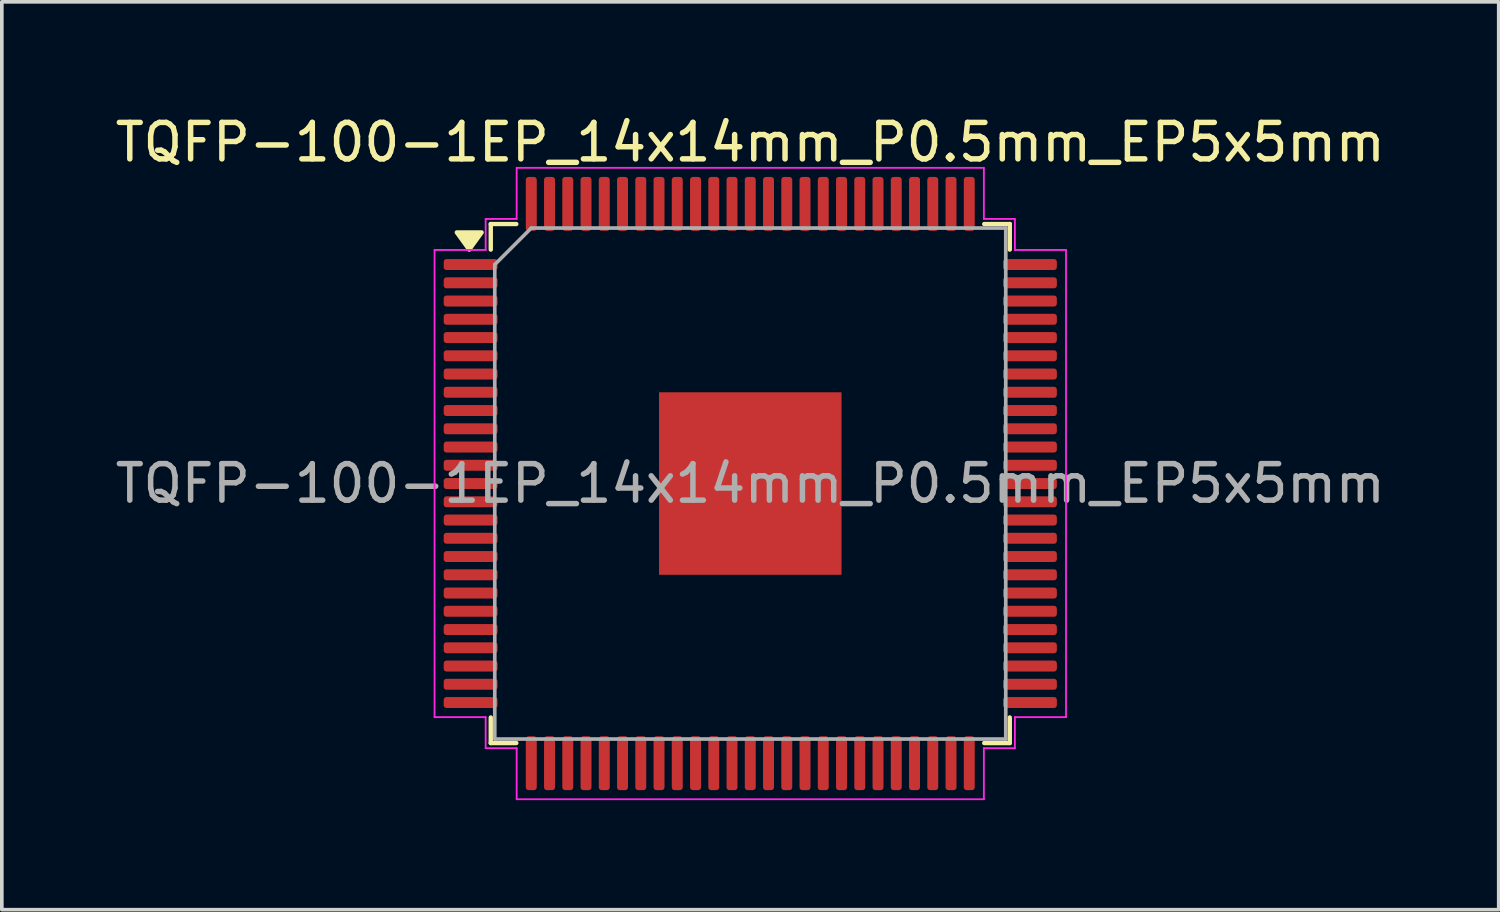
<source format=kicad_pcb>
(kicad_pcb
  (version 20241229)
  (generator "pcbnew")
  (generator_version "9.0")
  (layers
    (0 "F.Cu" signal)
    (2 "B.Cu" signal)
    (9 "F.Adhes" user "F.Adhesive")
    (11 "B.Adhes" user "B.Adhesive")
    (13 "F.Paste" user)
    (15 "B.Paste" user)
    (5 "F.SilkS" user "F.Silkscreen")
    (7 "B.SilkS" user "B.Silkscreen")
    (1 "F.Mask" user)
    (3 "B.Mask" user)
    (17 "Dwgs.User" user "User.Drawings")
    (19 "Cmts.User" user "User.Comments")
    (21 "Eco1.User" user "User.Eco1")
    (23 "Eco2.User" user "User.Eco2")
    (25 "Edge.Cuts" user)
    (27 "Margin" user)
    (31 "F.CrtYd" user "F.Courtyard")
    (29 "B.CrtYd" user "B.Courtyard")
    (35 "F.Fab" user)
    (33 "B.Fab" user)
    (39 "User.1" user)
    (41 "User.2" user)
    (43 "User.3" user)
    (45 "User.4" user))
  (footprint "TQFP-100-1EP_14x14mm_P0.5mm_EP5x5mm"
    (layer "F.Cu")
    (at 17.506 10.198)
    (property "Reference" "TQFP-100-1EP_14x14mm_P0.5mm_EP5x5mm" (at 0 -9.35 0) (layer "F.SilkS") (effects (font (size 1 1) (thickness 0.15))))
    (attr smd)
    (fp_line (start -7.11 -7.11) (end -7.11 -6.41) (stroke (width 0.12) (type solid)) (layer "F.SilkS"))
    (fp_line (start -7.11 7.11) (end -7.11 6.41) (stroke (width 0.12) (type solid)) (layer "F.SilkS"))
    (fp_line (start -6.41 -7.11) (end -7.11 -7.11) (stroke (width 0.12) (type solid)) (layer "F.SilkS"))
    (fp_line (start -6.41 7.11) (end -7.11 7.11) (stroke (width 0.12) (type solid)) (layer "F.SilkS"))
    (fp_line (start 6.41 -7.11) (end 7.11 -7.11) (stroke (width 0.12) (type solid)) (layer "F.SilkS"))
    (fp_line (start 6.41 7.11) (end 7.11 7.11) (stroke (width 0.12) (type solid)) (layer "F.SilkS"))
    (fp_line (start 7.11 -7.11) (end 7.11 -6.41) (stroke (width 0.12) (type solid)) (layer "F.SilkS"))
    (fp_line (start 7.11 7.11) (end 7.11 6.41) (stroke (width 0.12) (type solid)) (layer "F.SilkS"))
    (fp_poly (pts (xy -7.7 -6.41) (xy -8.04 -6.88) (xy -7.36 -6.88)) (stroke (width 0.12) (type solid)) (fill yes) (layer "F.SilkS"))
    (fp_line (start -8.65 -6.4) (end -7.25 -6.4) (stroke (width 0.05) (type solid)) (layer "F.CrtYd"))
    (fp_line (start -8.65 6.4) (end -8.65 -6.4) (stroke (width 0.05) (type solid)) (layer "F.CrtYd"))
    (fp_line (start -7.25 -7.25) (end -6.4 -7.25) (stroke (width 0.05) (type solid)) (layer "F.CrtYd"))
    (fp_line (start -7.25 -6.4) (end -7.25 -7.25) (stroke (width 0.05) (type solid)) (layer "F.CrtYd"))
    (fp_line (start -7.25 6.4) (end -8.65 6.4) (stroke (width 0.05) (type solid)) (layer "F.CrtYd"))
    (fp_line (start -7.25 7.25) (end -7.25 6.4) (stroke (width 0.05) (type solid)) (layer "F.CrtYd"))
    (fp_line (start -6.4 -8.65) (end 6.4 -8.65) (stroke (width 0.05) (type solid)) (layer "F.CrtYd"))
    (fp_line (start -6.4 -7.25) (end -6.4 -8.65) (stroke (width 0.05) (type solid)) (layer "F.CrtYd"))
    (fp_line (start -6.4 7.25) (end -7.25 7.25) (stroke (width 0.05) (type solid)) (layer "F.CrtYd"))
    (fp_line (start -6.4 8.65) (end -6.4 7.25) (stroke (width 0.05) (type solid)) (layer "F.CrtYd"))
    (fp_line (start 6.4 -8.65) (end 6.4 -7.25) (stroke (width 0.05) (type solid)) (layer "F.CrtYd"))
    (fp_line (start 6.4 -7.25) (end 7.25 -7.25) (stroke (width 0.05) (type solid)) (layer "F.CrtYd"))
    (fp_line (start 6.4 7.25) (end 6.4 8.65) (stroke (width 0.05) (type solid)) (layer "F.CrtYd"))
    (fp_line (start 6.4 8.65) (end -6.4 8.65) (stroke (width 0.05) (type solid)) (layer "F.CrtYd"))
    (fp_line (start 7.25 -7.25) (end 7.25 -6.4) (stroke (width 0.05) (type solid)) (layer "F.CrtYd"))
    (fp_line (start 7.25 -6.4) (end 8.65 -6.4) (stroke (width 0.05) (type solid)) (layer "F.CrtYd"))
    (fp_line (start 7.25 6.4) (end 7.25 7.25) (stroke (width 0.05) (type solid)) (layer "F.CrtYd"))
    (fp_line (start 7.25 7.25) (end 6.4 7.25) (stroke (width 0.05) (type solid)) (layer "F.CrtYd"))
    (fp_line (start 8.65 -6.4) (end 8.65 6.4) (stroke (width 0.05) (type solid)) (layer "F.CrtYd"))
    (fp_line (start 8.65 6.4) (end 7.25 6.4) (stroke (width 0.05) (type solid)) (layer "F.CrtYd"))
    (fp_line (start -7 -6) (end -6 -7) (stroke (width 0.1) (type solid)) (layer "F.Fab"))
    (fp_line (start -7 7) (end -7 -6) (stroke (width 0.1) (type solid)) (layer "F.Fab"))
    (fp_line (start -6 -7) (end 7 -7) (stroke (width 0.1) (type solid)) (layer "F.Fab"))
    (fp_line (start 7 -7) (end 7 7) (stroke (width 0.1) (type solid)) (layer "F.Fab"))
    (fp_line (start 7 7) (end -7 7) (stroke (width 0.1) (type solid)) (layer "F.Fab"))
    (fp_text user "${REFERENCE}" (at 0 0 0) (layer "F.Fab") (effects (font (size 1 1) (thickness 0.15))))
    (pad "" smd roundrect (at -1.875 -1.875) (size 1.01 1.01) (layers "F.Paste") (roundrect_rratio 0.248))
    (pad "" smd roundrect (at -1.875 -0.625) (size 1.01 1.01) (layers "F.Paste") (roundrect_rratio 0.248))
    (pad "" smd roundrect (at -1.875 0.625) (size 1.01 1.01) (layers "F.Paste") (roundrect_rratio 0.248))
    (pad "" smd roundrect (at -1.875 1.875) (size 1.01 1.01) (layers "F.Paste") (roundrect_rratio 0.248))
    (pad "" smd roundrect (at -0.625 -1.875) (size 1.01 1.01) (layers "F.Paste") (roundrect_rratio 0.248))
    (pad "" smd roundrect (at -0.625 -0.625) (size 1.01 1.01) (layers "F.Paste") (roundrect_rratio 0.248))
    (pad "" smd roundrect (at -0.625 0.625) (size 1.01 1.01) (layers "F.Paste") (roundrect_rratio 0.248))
    (pad "" smd roundrect (at -0.625 1.875) (size 1.01 1.01) (layers "F.Paste") (roundrect_rratio 0.248))
    (pad "" smd roundrect (at 0.625 -1.875) (size 1.01 1.01) (layers "F.Paste") (roundrect_rratio 0.248))
    (pad "" smd roundrect (at 0.625 -0.625) (size 1.01 1.01) (layers "F.Paste") (roundrect_rratio 0.248))
    (pad "" smd roundrect (at 0.625 0.625) (size 1.01 1.01) (layers "F.Paste") (roundrect_rratio 0.248))
    (pad "" smd roundrect (at 0.625 1.875) (size 1.01 1.01) (layers "F.Paste") (roundrect_rratio 0.248))
    (pad "" smd roundrect (at 1.875 -1.875) (size 1.01 1.01) (layers "F.Paste") (roundrect_rratio 0.248))
    (pad "" smd roundrect (at 1.875 -0.625) (size 1.01 1.01) (layers "F.Paste") (roundrect_rratio 0.248))
    (pad "" smd roundrect (at 1.875 0.625) (size 1.01 1.01) (layers "F.Paste") (roundrect_rratio 0.248))
    (pad "" smd roundrect (at 1.875 1.875) (size 1.01 1.01) (layers "F.Paste") (roundrect_rratio 0.248))
    (pad "1" smd roundrect (at -7.662 -6) (size 1.475 0.3) (layers "F.Cu" "F.Mask" "F.Paste") (roundrect_rratio 0.25))
    (pad "2" smd roundrect (at -7.662 -5.5) (size 1.475 0.3) (layers "F.Cu" "F.Mask" "F.Paste") (roundrect_rratio 0.25))
    (pad "3" smd roundrect (at -7.662 -5) (size 1.475 0.3) (layers "F.Cu" "F.Mask" "F.Paste") (roundrect_rratio 0.25))
    (pad "4" smd roundrect (at -7.662 -4.5) (size 1.475 0.3) (layers "F.Cu" "F.Mask" "F.Paste") (roundrect_rratio 0.25))
    (pad "5" smd roundrect (at -7.662 -4) (size 1.475 0.3) (layers "F.Cu" "F.Mask" "F.Paste") (roundrect_rratio 0.25))
    (pad "6" smd roundrect (at -7.662 -3.5) (size 1.475 0.3) (layers "F.Cu" "F.Mask" "F.Paste") (roundrect_rratio 0.25))
    (pad "7" smd roundrect (at -7.662 -3) (size 1.475 0.3) (layers "F.Cu" "F.Mask" "F.Paste") (roundrect_rratio 0.25))
    (pad "8" smd roundrect (at -7.662 -2.5) (size 1.475 0.3) (layers "F.Cu" "F.Mask" "F.Paste") (roundrect_rratio 0.25))
    (pad "9" smd roundrect (at -7.662 -2) (size 1.475 0.3) (layers "F.Cu" "F.Mask" "F.Paste") (roundrect_rratio 0.25))
    (pad "10" smd roundrect (at -7.662 -1.5) (size 1.475 0.3) (layers "F.Cu" "F.Mask" "F.Paste") (roundrect_rratio 0.25))
    (pad "11" smd roundrect (at -7.662 -1) (size 1.475 0.3) (layers "F.Cu" "F.Mask" "F.Paste") (roundrect_rratio 0.25))
    (pad "12" smd roundrect (at -7.662 -0.5) (size 1.475 0.3) (layers "F.Cu" "F.Mask" "F.Paste") (roundrect_rratio 0.25))
    (pad "13" smd roundrect (at -7.662 0) (size 1.475 0.3) (layers "F.Cu" "F.Mask" "F.Paste") (roundrect_rratio 0.25))
    (pad "14" smd roundrect (at -7.662 0.5) (size 1.475 0.3) (layers "F.Cu" "F.Mask" "F.Paste") (roundrect_rratio 0.25))
    (pad "15" smd roundrect (at -7.662 1) (size 1.475 0.3) (layers "F.Cu" "F.Mask" "F.Paste") (roundrect_rratio 0.25))
    (pad "16" smd roundrect (at -7.662 1.5) (size 1.475 0.3) (layers "F.Cu" "F.Mask" "F.Paste") (roundrect_rratio 0.25))
    (pad "17" smd roundrect (at -7.662 2) (size 1.475 0.3) (layers "F.Cu" "F.Mask" "F.Paste") (roundrect_rratio 0.25))
    (pad "18" smd roundrect (at -7.662 2.5) (size 1.475 0.3) (layers "F.Cu" "F.Mask" "F.Paste") (roundrect_rratio 0.25))
    (pad "19" smd roundrect (at -7.662 3) (size 1.475 0.3) (layers "F.Cu" "F.Mask" "F.Paste") (roundrect_rratio 0.25))
    (pad "20" smd roundrect (at -7.662 3.5) (size 1.475 0.3) (layers "F.Cu" "F.Mask" "F.Paste") (roundrect_rratio 0.25))
    (pad "21" smd roundrect (at -7.662 4) (size 1.475 0.3) (layers "F.Cu" "F.Mask" "F.Paste") (roundrect_rratio 0.25))
    (pad "22" smd roundrect (at -7.662 4.5) (size 1.475 0.3) (layers "F.Cu" "F.Mask" "F.Paste") (roundrect_rratio 0.25))
    (pad "23" smd roundrect (at -7.662 5) (size 1.475 0.3) (layers "F.Cu" "F.Mask" "F.Paste") (roundrect_rratio 0.25))
    (pad "24" smd roundrect (at -7.662 5.5) (size 1.475 0.3) (layers "F.Cu" "F.Mask" "F.Paste") (roundrect_rratio 0.25))
    (pad "25" smd roundrect (at -7.662 6) (size 1.475 0.3) (layers "F.Cu" "F.Mask" "F.Paste") (roundrect_rratio 0.25))
    (pad "26" smd roundrect (at -6 7.662) (size 0.3 1.475) (layers "F.Cu" "F.Mask" "F.Paste") (roundrect_rratio 0.25))
    (pad "27" smd roundrect (at -5.5 7.662) (size 0.3 1.475) (layers "F.Cu" "F.Mask" "F.Paste") (roundrect_rratio 0.25))
    (pad "28" smd roundrect (at -5 7.662) (size 0.3 1.475) (layers "F.Cu" "F.Mask" "F.Paste") (roundrect_rratio 0.25))
    (pad "29" smd roundrect (at -4.5 7.662) (size 0.3 1.475) (layers "F.Cu" "F.Mask" "F.Paste") (roundrect_rratio 0.25))
    (pad "30" smd roundrect (at -4 7.662) (size 0.3 1.475) (layers "F.Cu" "F.Mask" "F.Paste") (roundrect_rratio 0.25))
    (pad "31" smd roundrect (at -3.5 7.662) (size 0.3 1.475) (layers "F.Cu" "F.Mask" "F.Paste") (roundrect_rratio 0.25))
    (pad "32" smd roundrect (at -3 7.662) (size 0.3 1.475) (layers "F.Cu" "F.Mask" "F.Paste") (roundrect_rratio 0.25))
    (pad "33" smd roundrect (at -2.5 7.662) (size 0.3 1.475) (layers "F.Cu" "F.Mask" "F.Paste") (roundrect_rratio 0.25))
    (pad "34" smd roundrect (at -2 7.662) (size 0.3 1.475) (layers "F.Cu" "F.Mask" "F.Paste") (roundrect_rratio 0.25))
    (pad "35" smd roundrect (at -1.5 7.662) (size 0.3 1.475) (layers "F.Cu" "F.Mask" "F.Paste") (roundrect_rratio 0.25))
    (pad "36" smd roundrect (at -1 7.662) (size 0.3 1.475) (layers "F.Cu" "F.Mask" "F.Paste") (roundrect_rratio 0.25))
    (pad "37" smd roundrect (at -0.5 7.662) (size 0.3 1.475) (layers "F.Cu" "F.Mask" "F.Paste") (roundrect_rratio 0.25))
    (pad "38" smd roundrect (at 0 7.662) (size 0.3 1.475) (layers "F.Cu" "F.Mask" "F.Paste") (roundrect_rratio 0.25))
    (pad "39" smd roundrect (at 0.5 7.662) (size 0.3 1.475) (layers "F.Cu" "F.Mask" "F.Paste") (roundrect_rratio 0.25))
    (pad "40" smd roundrect (at 1 7.662) (size 0.3 1.475) (layers "F.Cu" "F.Mask" "F.Paste") (roundrect_rratio 0.25))
    (pad "41" smd roundrect (at 1.5 7.662) (size 0.3 1.475) (layers "F.Cu" "F.Mask" "F.Paste") (roundrect_rratio 0.25))
    (pad "42" smd roundrect (at 2 7.662) (size 0.3 1.475) (layers "F.Cu" "F.Mask" "F.Paste") (roundrect_rratio 0.25))
    (pad "43" smd roundrect (at 2.5 7.662) (size 0.3 1.475) (layers "F.Cu" "F.Mask" "F.Paste") (roundrect_rratio 0.25))
    (pad "44" smd roundrect (at 3 7.662) (size 0.3 1.475) (layers "F.Cu" "F.Mask" "F.Paste") (roundrect_rratio 0.25))
    (pad "45" smd roundrect (at 3.5 7.662) (size 0.3 1.475) (layers "F.Cu" "F.Mask" "F.Paste") (roundrect_rratio 0.25))
    (pad "46" smd roundrect (at 4 7.662) (size 0.3 1.475) (layers "F.Cu" "F.Mask" "F.Paste") (roundrect_rratio 0.25))
    (pad "47" smd roundrect (at 4.5 7.662) (size 0.3 1.475) (layers "F.Cu" "F.Mask" "F.Paste") (roundrect_rratio 0.25))
    (pad "48" smd roundrect (at 5 7.662) (size 0.3 1.475) (layers "F.Cu" "F.Mask" "F.Paste") (roundrect_rratio 0.25))
    (pad "49" smd roundrect (at 5.5 7.662) (size 0.3 1.475) (layers "F.Cu" "F.Mask" "F.Paste") (roundrect_rratio 0.25))
    (pad "50" smd roundrect (at 6 7.662) (size 0.3 1.475) (layers "F.Cu" "F.Mask" "F.Paste") (roundrect_rratio 0.25))
    (pad "51" smd roundrect (at 7.662 6) (size 1.475 0.3) (layers "F.Cu" "F.Mask" "F.Paste") (roundrect_rratio 0.25))
    (pad "52" smd roundrect (at 7.662 5.5) (size 1.475 0.3) (layers "F.Cu" "F.Mask" "F.Paste") (roundrect_rratio 0.25))
    (pad "53" smd roundrect (at 7.662 5) (size 1.475 0.3) (layers "F.Cu" "F.Mask" "F.Paste") (roundrect_rratio 0.25))
    (pad "54" smd roundrect (at 7.662 4.5) (size 1.475 0.3) (layers "F.Cu" "F.Mask" "F.Paste") (roundrect_rratio 0.25))
    (pad "55" smd roundrect (at 7.662 4) (size 1.475 0.3) (layers "F.Cu" "F.Mask" "F.Paste") (roundrect_rratio 0.25))
    (pad "56" smd roundrect (at 7.662 3.5) (size 1.475 0.3) (layers "F.Cu" "F.Mask" "F.Paste") (roundrect_rratio 0.25))
    (pad "57" smd roundrect (at 7.662 3) (size 1.475 0.3) (layers "F.Cu" "F.Mask" "F.Paste") (roundrect_rratio 0.25))
    (pad "58" smd roundrect (at 7.662 2.5) (size 1.475 0.3) (layers "F.Cu" "F.Mask" "F.Paste") (roundrect_rratio 0.25))
    (pad "59" smd roundrect (at 7.662 2) (size 1.475 0.3) (layers "F.Cu" "F.Mask" "F.Paste") (roundrect_rratio 0.25))
    (pad "60" smd roundrect (at 7.662 1.5) (size 1.475 0.3) (layers "F.Cu" "F.Mask" "F.Paste") (roundrect_rratio 0.25))
    (pad "61" smd roundrect (at 7.662 1) (size 1.475 0.3) (layers "F.Cu" "F.Mask" "F.Paste") (roundrect_rratio 0.25))
    (pad "62" smd roundrect (at 7.662 0.5) (size 1.475 0.3) (layers "F.Cu" "F.Mask" "F.Paste") (roundrect_rratio 0.25))
    (pad "63" smd roundrect (at 7.662 0) (size 1.475 0.3) (layers "F.Cu" "F.Mask" "F.Paste") (roundrect_rratio 0.25))
    (pad "64" smd roundrect (at 7.662 -0.5) (size 1.475 0.3) (layers "F.Cu" "F.Mask" "F.Paste") (roundrect_rratio 0.25))
    (pad "65" smd roundrect (at 7.662 -1) (size 1.475 0.3) (layers "F.Cu" "F.Mask" "F.Paste") (roundrect_rratio 0.25))
    (pad "66" smd roundrect (at 7.662 -1.5) (size 1.475 0.3) (layers "F.Cu" "F.Mask" "F.Paste") (roundrect_rratio 0.25))
    (pad "67" smd roundrect (at 7.662 -2) (size 1.475 0.3) (layers "F.Cu" "F.Mask" "F.Paste") (roundrect_rratio 0.25))
    (pad "68" smd roundrect (at 7.662 -2.5) (size 1.475 0.3) (layers "F.Cu" "F.Mask" "F.Paste") (roundrect_rratio 0.25))
    (pad "69" smd roundrect (at 7.662 -3) (size 1.475 0.3) (layers "F.Cu" "F.Mask" "F.Paste") (roundrect_rratio 0.25))
    (pad "70" smd roundrect (at 7.662 -3.5) (size 1.475 0.3) (layers "F.Cu" "F.Mask" "F.Paste") (roundrect_rratio 0.25))
    (pad "71" smd roundrect (at 7.662 -4) (size 1.475 0.3) (layers "F.Cu" "F.Mask" "F.Paste") (roundrect_rratio 0.25))
    (pad "72" smd roundrect (at 7.662 -4.5) (size 1.475 0.3) (layers "F.Cu" "F.Mask" "F.Paste") (roundrect_rratio 0.25))
    (pad "73" smd roundrect (at 7.662 -5) (size 1.475 0.3) (layers "F.Cu" "F.Mask" "F.Paste") (roundrect_rratio 0.25))
    (pad "74" smd roundrect (at 7.662 -5.5) (size 1.475 0.3) (layers "F.Cu" "F.Mask" "F.Paste") (roundrect_rratio 0.25))
    (pad "75" smd roundrect (at 7.662 -6) (size 1.475 0.3) (layers "F.Cu" "F.Mask" "F.Paste") (roundrect_rratio 0.25))
    (pad "76" smd roundrect (at 6 -7.662) (size 0.3 1.475) (layers "F.Cu" "F.Mask" "F.Paste") (roundrect_rratio 0.25))
    (pad "77" smd roundrect (at 5.5 -7.662) (size 0.3 1.475) (layers "F.Cu" "F.Mask" "F.Paste") (roundrect_rratio 0.25))
    (pad "78" smd roundrect (at 5 -7.662) (size 0.3 1.475) (layers "F.Cu" "F.Mask" "F.Paste") (roundrect_rratio 0.25))
    (pad "79" smd roundrect (at 4.5 -7.662) (size 0.3 1.475) (layers "F.Cu" "F.Mask" "F.Paste") (roundrect_rratio 0.25))
    (pad "80" smd roundrect (at 4 -7.662) (size 0.3 1.475) (layers "F.Cu" "F.Mask" "F.Paste") (roundrect_rratio 0.25))
    (pad "81" smd roundrect (at 3.5 -7.662) (size 0.3 1.475) (layers "F.Cu" "F.Mask" "F.Paste") (roundrect_rratio 0.25))
    (pad "82" smd roundrect (at 3 -7.662) (size 0.3 1.475) (layers "F.Cu" "F.Mask" "F.Paste") (roundrect_rratio 0.25))
    (pad "83" smd roundrect (at 2.5 -7.662) (size 0.3 1.475) (layers "F.Cu" "F.Mask" "F.Paste") (roundrect_rratio 0.25))
    (pad "84" smd roundrect (at 2 -7.662) (size 0.3 1.475) (layers "F.Cu" "F.Mask" "F.Paste") (roundrect_rratio 0.25))
    (pad "85" smd roundrect (at 1.5 -7.662) (size 0.3 1.475) (layers "F.Cu" "F.Mask" "F.Paste") (roundrect_rratio 0.25))
    (pad "86" smd roundrect (at 1 -7.662) (size 0.3 1.475) (layers "F.Cu" "F.Mask" "F.Paste") (roundrect_rratio 0.25))
    (pad "87" smd roundrect (at 0.5 -7.662) (size 0.3 1.475) (layers "F.Cu" "F.Mask" "F.Paste") (roundrect_rratio 0.25))
    (pad "88" smd roundrect (at 0 -7.662) (size 0.3 1.475) (layers "F.Cu" "F.Mask" "F.Paste") (roundrect_rratio 0.25))
    (pad "89" smd roundrect (at -0.5 -7.662) (size 0.3 1.475) (layers "F.Cu" "F.Mask" "F.Paste") (roundrect_rratio 0.25))
    (pad "90" smd roundrect (at -1 -7.662) (size 0.3 1.475) (layers "F.Cu" "F.Mask" "F.Paste") (roundrect_rratio 0.25))
    (pad "91" smd roundrect (at -1.5 -7.662) (size 0.3 1.475) (layers "F.Cu" "F.Mask" "F.Paste") (roundrect_rratio 0.25))
    (pad "92" smd roundrect (at -2 -7.662) (size 0.3 1.475) (layers "F.Cu" "F.Mask" "F.Paste") (roundrect_rratio 0.25))
    (pad "93" smd roundrect (at -2.5 -7.662) (size 0.3 1.475) (layers "F.Cu" "F.Mask" "F.Paste") (roundrect_rratio 0.25))
    (pad "94" smd roundrect (at -3 -7.662) (size 0.3 1.475) (layers "F.Cu" "F.Mask" "F.Paste") (roundrect_rratio 0.25))
    (pad "95" smd roundrect (at -3.5 -7.662) (size 0.3 1.475) (layers "F.Cu" "F.Mask" "F.Paste") (roundrect_rratio 0.25))
    (pad "96" smd roundrect (at -4 -7.662) (size 0.3 1.475) (layers "F.Cu" "F.Mask" "F.Paste") (roundrect_rratio 0.25))
    (pad "97" smd roundrect (at -4.5 -7.662) (size 0.3 1.475) (layers "F.Cu" "F.Mask" "F.Paste") (roundrect_rratio 0.25))
    (pad "98" smd roundrect (at -5 -7.662) (size 0.3 1.475) (layers "F.Cu" "F.Mask" "F.Paste") (roundrect_rratio 0.25))
    (pad "99" smd roundrect (at -5.5 -7.662) (size 0.3 1.475) (layers "F.Cu" "F.Mask" "F.Paste") (roundrect_rratio 0.25))
    (pad "100" smd roundrect (at -6 -7.662) (size 0.3 1.475) (layers "F.Cu" "F.Mask" "F.Paste") (roundrect_rratio 0.25))
    (pad "101" smd rect (at 0 0) (size 5 5) (property pad_prop_heatsink) (layers "F.Cu" "F.Mask")))
  (gr_rect
    (start -3 -3)
    (end 38.012 21.873)
    (stroke (width 0.1) (type default))
    (fill no)
    (layer "Edge.Cuts")))
</source>
